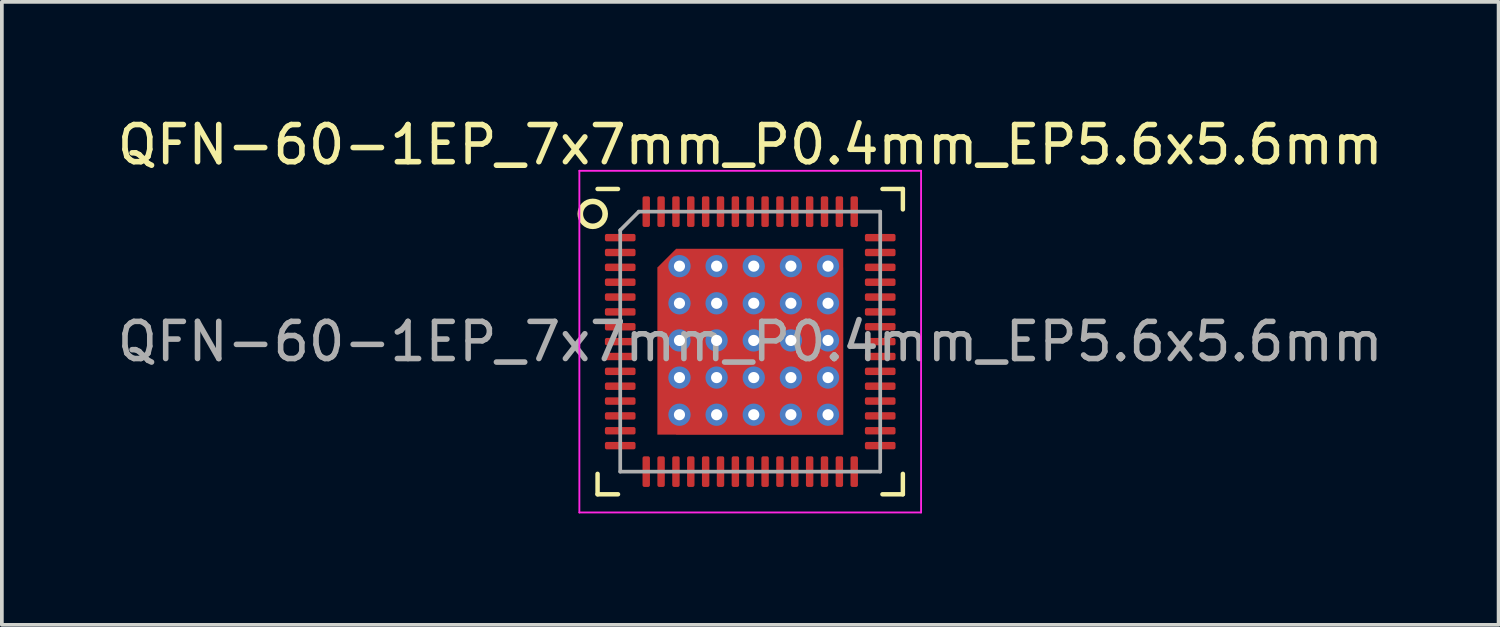
<source format=kicad_pcb>
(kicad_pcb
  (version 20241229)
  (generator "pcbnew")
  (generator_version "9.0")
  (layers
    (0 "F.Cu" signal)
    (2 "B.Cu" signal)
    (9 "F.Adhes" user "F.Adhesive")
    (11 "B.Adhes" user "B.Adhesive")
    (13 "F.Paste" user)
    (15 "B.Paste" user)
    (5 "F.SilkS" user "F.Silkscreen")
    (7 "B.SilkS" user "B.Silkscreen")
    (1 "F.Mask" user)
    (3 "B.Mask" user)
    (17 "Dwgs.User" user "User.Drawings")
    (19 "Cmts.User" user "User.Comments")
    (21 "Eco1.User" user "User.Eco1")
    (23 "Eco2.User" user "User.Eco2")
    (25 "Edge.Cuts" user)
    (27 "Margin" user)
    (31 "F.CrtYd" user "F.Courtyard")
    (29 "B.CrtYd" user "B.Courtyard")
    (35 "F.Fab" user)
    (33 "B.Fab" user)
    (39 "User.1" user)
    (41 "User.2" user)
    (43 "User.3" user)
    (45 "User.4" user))
  (footprint "QFN-60-1EP_7x7mm_P0.4mm_EP5.6x5.6mm"
    (layer "F.Cu")
    (at 17.149 6.148)
    (property "Reference" "QFN-60-1EP_7x7mm_P0.4mm_EP5.6x5.6mm" (at 0 -5.3 0) (layer "F.SilkS") (effects (font (size 1 1) (thickness 0.15))))
    (attr smd)
    (fp_line (start -4.11 4.11) (end -4.11 3.56) (stroke (width 0.12) (type solid)) (layer "F.SilkS"))
    (fp_line (start -3.56 -4.11) (end -4.11 -4.11) (stroke (width 0.12) (type solid)) (layer "F.SilkS"))
    (fp_line (start -3.56 4.11) (end -4.11 4.11) (stroke (width 0.12) (type solid)) (layer "F.SilkS"))
    (fp_line (start 3.56 -4.11) (end 4.11 -4.11) (stroke (width 0.12) (type solid)) (layer "F.SilkS"))
    (fp_line (start 3.56 4.11) (end 4.11 4.11) (stroke (width 0.12) (type solid)) (layer "F.SilkS"))
    (fp_line (start 4.11 -4.11) (end 4.11 -3.56) (stroke (width 0.12) (type solid)) (layer "F.SilkS"))
    (fp_line (start 4.11 4.11) (end 4.11 3.56) (stroke (width 0.12) (type solid)) (layer "F.SilkS"))
    (fp_circle (center -4.24 -3.44) (end -4.09 -3.14) (stroke (width 0.15) (type solid)) (fill no) (layer "F.SilkS"))
    (fp_line (start -4.6 -4.6) (end -4.6 4.6) (stroke (width 0.05) (type solid)) (layer "F.CrtYd"))
    (fp_line (start -4.6 4.6) (end 4.6 4.6) (stroke (width 0.05) (type solid)) (layer "F.CrtYd"))
    (fp_line (start 4.6 -4.6) (end -4.6 -4.6) (stroke (width 0.05) (type solid)) (layer "F.CrtYd"))
    (fp_line (start 4.6 4.6) (end 4.6 -4.6) (stroke (width 0.05) (type solid)) (layer "F.CrtYd"))
    (fp_line (start -3.5 -3) (end -3 -3.5) (stroke (width 0.1) (type solid)) (layer "F.Fab"))
    (fp_line (start -3.5 3.5) (end -3.5 -3) (stroke (width 0.1) (type solid)) (layer "F.Fab"))
    (fp_line (start -3 -3.5) (end 3.5 -3.5) (stroke (width 0.1) (type solid)) (layer "F.Fab"))
    (fp_line (start 3.5 -3.5) (end 3.5 3.5) (stroke (width 0.1) (type solid)) (layer "F.Fab"))
    (fp_line (start 3.5 3.5) (end -3.5 3.5) (stroke (width 0.1) (type solid)) (layer "F.Fab"))
    (fp_text user "${REFERENCE}" (at 0 0 0) (layer "F.Fab") (effects (font (size 1 1) (thickness 0.15))))
    (pad "" smd roundrect (at -1.95 -1.95) (size 1.05 1.05) (layers "F.Paste") (roundrect_rratio 0.238))
    (pad "" smd roundrect (at -1.95 -0.65) (size 1.05 1.05) (layers "F.Paste") (roundrect_rratio 0.238))
    (pad "" smd roundrect (at -1.95 0.65) (size 1.05 1.05) (layers "F.Paste") (roundrect_rratio 0.238))
    (pad "" smd roundrect (at -1.95 1.95) (size 1.05 1.05) (layers "F.Paste") (roundrect_rratio 0.238))
    (pad "" smd roundrect (at -0.65 -1.95) (size 1.05 1.05) (layers "F.Paste") (roundrect_rratio 0.238))
    (pad "" smd roundrect (at -0.65 -0.65) (size 1.05 1.05) (layers "F.Paste") (roundrect_rratio 0.238))
    (pad "" smd roundrect (at -0.65 0.65) (size 1.05 1.05) (layers "F.Paste") (roundrect_rratio 0.238))
    (pad "" smd roundrect (at -0.65 1.95) (size 1.05 1.05) (layers "F.Paste") (roundrect_rratio 0.238))
    (pad "" smd roundrect (at 0.65 -1.95) (size 1.05 1.05) (layers "F.Paste") (roundrect_rratio 0.238))
    (pad "" smd roundrect (at 0.65 -0.65) (size 1.05 1.05) (layers "F.Paste") (roundrect_rratio 0.238))
    (pad "" smd roundrect (at 0.65 0.65) (size 1.05 1.05) (layers "F.Paste") (roundrect_rratio 0.238))
    (pad "" smd roundrect (at 0.65 1.95) (size 1.05 1.05) (layers "F.Paste") (roundrect_rratio 0.238))
    (pad "" smd roundrect (at 1.95 -1.95) (size 1.05 1.05) (layers "F.Paste") (roundrect_rratio 0.238))
    (pad "" smd roundrect (at 1.95 -0.65) (size 1.05 1.05) (layers "F.Paste") (roundrect_rratio 0.238))
    (pad "" smd roundrect (at 1.95 0.65) (size 1.05 1.05) (layers "F.Paste") (roundrect_rratio 0.238))
    (pad "" smd roundrect (at 1.95 1.95) (size 1.05 1.05) (layers "F.Paste") (roundrect_rratio 0.238))
    (pad "1" smd roundrect (at -3.5 -2.8) (size 0.825 0.2) (layers "F.Cu" "F.Mask" "F.Paste") (roundrect_rratio 0.25))
    (pad "2" smd roundrect (at -3.5 -2.4) (size 0.825 0.2) (layers "F.Cu" "F.Mask" "F.Paste") (roundrect_rratio 0.25))
    (pad "3" smd roundrect (at -3.5 -2) (size 0.825 0.2) (layers "F.Cu" "F.Mask" "F.Paste") (roundrect_rratio 0.25))
    (pad "4" smd roundrect (at -3.5 -1.6) (size 0.825 0.2) (layers "F.Cu" "F.Mask" "F.Paste") (roundrect_rratio 0.25))
    (pad "5" smd roundrect (at -3.5 -1.2) (size 0.825 0.2) (layers "F.Cu" "F.Mask" "F.Paste") (roundrect_rratio 0.25))
    (pad "6" smd roundrect (at -3.5 -0.8) (size 0.825 0.2) (layers "F.Cu" "F.Mask" "F.Paste") (roundrect_rratio 0.25))
    (pad "7" smd roundrect (at -3.5 -0.4) (size 0.825 0.2) (layers "F.Cu" "F.Mask" "F.Paste") (roundrect_rratio 0.25))
    (pad "8" smd roundrect (at -3.5 0) (size 0.825 0.2) (layers "F.Cu" "F.Mask" "F.Paste") (roundrect_rratio 0.25))
    (pad "9" smd roundrect (at -3.5 0.4) (size 0.825 0.2) (layers "F.Cu" "F.Mask" "F.Paste") (roundrect_rratio 0.25))
    (pad "10" smd roundrect (at -3.5 0.8) (size 0.825 0.2) (layers "F.Cu" "F.Mask" "F.Paste") (roundrect_rratio 0.25))
    (pad "11" smd roundrect (at -3.5 1.2) (size 0.825 0.2) (layers "F.Cu" "F.Mask" "F.Paste") (roundrect_rratio 0.25))
    (pad "12" smd roundrect (at -3.5 1.6) (size 0.825 0.2) (layers "F.Cu" "F.Mask" "F.Paste") (roundrect_rratio 0.25))
    (pad "13" smd roundrect (at -3.5 2) (size 0.825 0.2) (layers "F.Cu" "F.Mask" "F.Paste") (roundrect_rratio 0.25))
    (pad "14" smd roundrect (at -3.5 2.4) (size 0.825 0.2) (layers "F.Cu" "F.Mask" "F.Paste") (roundrect_rratio 0.25))
    (pad "15" smd roundrect (at -3.5 2.8) (size 0.825 0.2) (layers "F.Cu" "F.Mask" "F.Paste") (roundrect_rratio 0.25))
    (pad "16" smd roundrect (at -2.8 3.5 90) (size 0.825 0.2) (layers "F.Cu" "F.Mask" "F.Paste") (roundrect_rratio 0.25))
    (pad "17" smd roundrect (at -2.4 3.5 90) (size 0.825 0.2) (layers "F.Cu" "F.Mask" "F.Paste") (roundrect_rratio 0.25))
    (pad "18" smd roundrect (at -2 3.5) (size 0.2 0.825) (layers "F.Cu" "F.Mask" "F.Paste") (roundrect_rratio 0.25))
    (pad "19" smd roundrect (at -1.6 3.5) (size 0.2 0.825) (layers "F.Cu" "F.Mask" "F.Paste") (roundrect_rratio 0.25))
    (pad "20" smd roundrect (at -1.2 3.5) (size 0.2 0.825) (layers "F.Cu" "F.Mask" "F.Paste") (roundrect_rratio 0.25))
    (pad "21" smd roundrect (at -0.8 3.5) (size 0.2 0.825) (layers "F.Cu" "F.Mask" "F.Paste") (roundrect_rratio 0.25))
    (pad "22" smd roundrect (at -0.4 3.5) (size 0.2 0.825) (layers "F.Cu" "F.Mask" "F.Paste") (roundrect_rratio 0.25))
    (pad "23" smd roundrect (at 0 3.5) (size 0.2 0.825) (layers "F.Cu" "F.Mask" "F.Paste") (roundrect_rratio 0.25))
    (pad "24" smd roundrect (at 0.4 3.5) (size 0.2 0.825) (layers "F.Cu" "F.Mask" "F.Paste") (roundrect_rratio 0.25))
    (pad "25" smd roundrect (at 0.8 3.5) (size 0.2 0.825) (layers "F.Cu" "F.Mask" "F.Paste") (roundrect_rratio 0.25))
    (pad "26" smd roundrect (at 1.2 3.5) (size 0.2 0.825) (layers "F.Cu" "F.Mask" "F.Paste") (roundrect_rratio 0.25))
    (pad "27" smd roundrect (at 1.6 3.5) (size 0.2 0.825) (layers "F.Cu" "F.Mask" "F.Paste") (roundrect_rratio 0.25))
    (pad "28" smd roundrect (at 2 3.5) (size 0.2 0.825) (layers "F.Cu" "F.Mask" "F.Paste") (roundrect_rratio 0.25))
    (pad "29" smd roundrect (at 2.4 3.5) (size 0.2 0.825) (layers "F.Cu" "F.Mask" "F.Paste") (roundrect_rratio 0.25))
    (pad "30" smd roundrect (at 2.8 3.5) (size 0.2 0.825) (layers "F.Cu" "F.Mask" "F.Paste") (roundrect_rratio 0.25))
    (pad "31" smd roundrect (at 3.5 2.8 90) (size 0.2 0.825) (layers "F.Cu" "F.Mask" "F.Paste") (roundrect_rratio 0.25))
    (pad "32" smd roundrect (at 3.5 2.4 90) (size 0.2 0.825) (layers "F.Cu" "F.Mask" "F.Paste") (roundrect_rratio 0.25))
    (pad "33" smd roundrect (at 3.5 2 90) (size 0.2 0.825) (layers "F.Cu" "F.Mask" "F.Paste") (roundrect_rratio 0.25))
    (pad "34" smd roundrect (at 3.5 1.6 90) (size 0.2 0.825) (layers "F.Cu" "F.Mask" "F.Paste") (roundrect_rratio 0.25))
    (pad "35" smd roundrect (at 3.5 1.2) (size 0.825 0.2) (layers "F.Cu" "F.Mask" "F.Paste") (roundrect_rratio 0.25))
    (pad "36" smd roundrect (at 3.5 0.8) (size 0.825 0.2) (layers "F.Cu" "F.Mask" "F.Paste") (roundrect_rratio 0.25))
    (pad "37" smd roundrect (at 3.5 0.4) (size 0.825 0.2) (layers "F.Cu" "F.Mask" "F.Paste") (roundrect_rratio 0.25))
    (pad "38" smd roundrect (at 3.5 0) (size 0.825 0.2) (layers "F.Cu" "F.Mask" "F.Paste") (roundrect_rratio 0.25))
    (pad "39" smd roundrect (at 3.5 -0.4) (size 0.825 0.2) (layers "F.Cu" "F.Mask" "F.Paste") (roundrect_rratio 0.25))
    (pad "40" smd roundrect (at 3.5 -0.8) (size 0.825 0.2) (layers "F.Cu" "F.Mask" "F.Paste") (roundrect_rratio 0.25))
    (pad "41" smd roundrect (at 3.5 -1.2) (size 0.825 0.2) (layers "F.Cu" "F.Mask" "F.Paste") (roundrect_rratio 0.25))
    (pad "42" smd roundrect (at 3.5 -1.6) (size 0.825 0.2) (layers "F.Cu" "F.Mask" "F.Paste") (roundrect_rratio 0.25))
    (pad "43" smd roundrect (at 3.5 -2) (size 0.825 0.2) (layers "F.Cu" "F.Mask" "F.Paste") (roundrect_rratio 0.25))
    (pad "44" smd roundrect (at 3.5 -2.4) (size 0.825 0.2) (layers "F.Cu" "F.Mask" "F.Paste") (roundrect_rratio 0.25))
    (pad "45" smd roundrect (at 3.5 -2.8 180) (size 0.825 0.2) (layers "F.Cu" "F.Mask" "F.Paste") (roundrect_rratio 0.25))
    (pad "46" smd roundrect (at 2.8 -3.5 90) (size 0.825 0.2) (layers "F.Cu" "F.Mask" "F.Paste") (roundrect_rratio 0.25))
    (pad "47" smd roundrect (at 2.4 -3.5 90) (size 0.825 0.2) (layers "F.Cu" "F.Mask" "F.Paste") (roundrect_rratio 0.25))
    (pad "48" smd roundrect (at 2 -3.5 90) (size 0.825 0.2) (layers "F.Cu" "F.Mask" "F.Paste") (roundrect_rratio 0.25))
    (pad "49" smd roundrect (at 1.6 -3.5 90) (size 0.825 0.2) (layers "F.Cu" "F.Mask" "F.Paste") (roundrect_rratio 0.25))
    (pad "50" smd roundrect (at 1.2 -3.5 90) (size 0.825 0.2) (layers "F.Cu" "F.Mask" "F.Paste") (roundrect_rratio 0.25))
    (pad "51" smd roundrect (at 0.8 -3.5 90) (size 0.825 0.2) (layers "F.Cu" "F.Mask" "F.Paste") (roundrect_rratio 0.25))
    (pad "52" smd roundrect (at 0.4 -3.5) (size 0.2 0.825) (layers "F.Cu" "F.Mask" "F.Paste") (roundrect_rratio 0.25))
    (pad "53" smd roundrect (at 0 -3.5) (size 0.2 0.825) (layers "F.Cu" "F.Mask" "F.Paste") (roundrect_rratio 0.25))
    (pad "54" smd roundrect (at -0.4 -3.5) (size 0.2 0.825) (layers "F.Cu" "F.Mask" "F.Paste") (roundrect_rratio 0.25))
    (pad "55" smd roundrect (at -0.8 -3.5) (size 0.2 0.825) (layers "F.Cu" "F.Mask" "F.Paste") (roundrect_rratio 0.25))
    (pad "56" smd roundrect (at -1.2 -3.5) (size 0.2 0.825) (layers "F.Cu" "F.Mask" "F.Paste") (roundrect_rratio 0.25))
    (pad "57" smd roundrect (at -1.6 -3.5) (size 0.2 0.825) (layers "F.Cu" "F.Mask" "F.Paste") (roundrect_rratio 0.25))
    (pad "58" smd roundrect (at -2 -3.5) (size 0.2 0.825) (layers "F.Cu" "F.Mask" "F.Paste") (roundrect_rratio 0.25))
    (pad "59" smd roundrect (at -2.4 -3.5) (size 0.2 0.825) (layers "F.Cu" "F.Mask" "F.Paste") (roundrect_rratio 0.25))
    (pad "60" smd roundrect (at -2.8 -3.5) (size 0.2 0.825) (layers "F.Cu" "F.Mask" "F.Paste") (roundrect_rratio 0.25))
    (pad "61" smd rect (at -2 -2 45) (size 0.71 0.7) (layers "F.Cu" "F.Mask"))
    (pad "61" thru_hole circle (at -1.905 -2.032 180) (size 0.6 0.6) (drill 0.3) (layers "*.Cu" "*.Mask"))
    (pad "61" thru_hole circle (at -1.905 -1.032 180) (size 0.6 0.6) (drill 0.3) (layers "*.Cu" "*.Mask"))
    (pad "61" thru_hole circle (at -1.905 -0.032 180) (size 0.6 0.6) (drill 0.3) (layers "*.Cu" "*.Mask"))
    (pad "61" thru_hole circle (at -1.905 0.968 180) (size 0.6 0.6) (drill 0.3) (layers "*.Cu" "*.Mask"))
    (pad "61" thru_hole circle (at -1.905 1.968 180) (size 0.6 0.6) (drill 0.3) (layers "*.Cu" "*.Mask"))
    (pad "61" thru_hole circle (at -0.905 -2.032 180) (size 0.6 0.6) (drill 0.3) (layers "*.Cu" "*.Mask"))
    (pad "61" thru_hole circle (at -0.905 -1.032 180) (size 0.6 0.6) (drill 0.3) (layers "*.Cu" "*.Mask"))
    (pad "61" thru_hole circle (at -0.905 -0.032 180) (size 0.6 0.6) (drill 0.3) (layers "*.Cu" "*.Mask"))
    (pad "61" thru_hole circle (at -0.905 0.968 180) (size 0.6 0.6) (drill 0.3) (layers "*.Cu" "*.Mask"))
    (pad "61" thru_hole circle (at -0.905 1.968 180) (size 0.6 0.6) (drill 0.3) (layers "*.Cu" "*.Mask"))
    (pad "61" smd rect (at 0 0.254 90) (size 4.5 5) (layers "F.Cu" "F.Mask"))
    (pad "61" thru_hole circle (at 0.095 -2.032 180) (size 0.6 0.6) (drill 0.3) (layers "*.Cu" "*.Mask"))
    (pad "61" thru_hole circle (at 0.095 -1.032 180) (size 0.6 0.6) (drill 0.3) (layers "*.Cu" "*.Mask"))
    (pad "61" thru_hole circle (at 0.095 -0.032 180) (size 0.6 0.6) (drill 0.3) (layers "*.Cu" "*.Mask"))
    (pad "61" thru_hole circle (at 0.095 0.968 180) (size 0.6 0.6) (drill 0.3) (layers "*.Cu" "*.Mask"))
    (pad "61" thru_hole circle (at 0.095 1.968 180) (size 0.6 0.6) (drill 0.3) (layers "*.Cu" "*.Mask"))
    (pad "61" smd rect (at 0.254 0) (size 4.5 5) (layers "F.Cu" "F.Mask"))
    (pad "61" thru_hole circle (at 1.095 -2.032 180) (size 0.6 0.6) (drill 0.3) (layers "*.Cu" "*.Mask"))
    (pad "61" thru_hole circle (at 1.095 -1.032 180) (size 0.6 0.6) (drill 0.3) (layers "*.Cu" "*.Mask"))
    (pad "61" thru_hole circle (at 1.095 -0.032 180) (size 0.6 0.6) (drill 0.3) (layers "*.Cu" "*.Mask"))
    (pad "61" thru_hole circle (at 1.095 0.968 180) (size 0.6 0.6) (drill 0.3) (layers "*.Cu" "*.Mask"))
    (pad "61" thru_hole circle (at 1.095 1.968 180) (size 0.6 0.6) (drill 0.3) (layers "*.Cu" "*.Mask"))
    (pad "61" thru_hole circle (at 2.095 -2.032 180) (size 0.6 0.6) (drill 0.3) (layers "*.Cu" "*.Mask"))
    (pad "61" thru_hole circle (at 2.095 -1.032 180) (size 0.6 0.6) (drill 0.3) (layers "*.Cu" "*.Mask"))
    (pad "61" thru_hole circle (at 2.095 -0.032 180) (size 0.6 0.6) (drill 0.3) (layers "*.Cu" "*.Mask"))
    (pad "61" thru_hole circle (at 2.095 0.968 180) (size 0.6 0.6) (drill 0.3) (layers "*.Cu" "*.Mask"))
    (pad "61" thru_hole circle (at 2.095 1.968 180) (size 0.6 0.6) (drill 0.3) (layers "*.Cu" "*.Mask")))
  (gr_rect
    (start -3 -3)
    (end 37.298 13.773)
    (stroke (width 0.1) (type default))
    (fill no)
    (layer "Edge.Cuts")))
</source>
